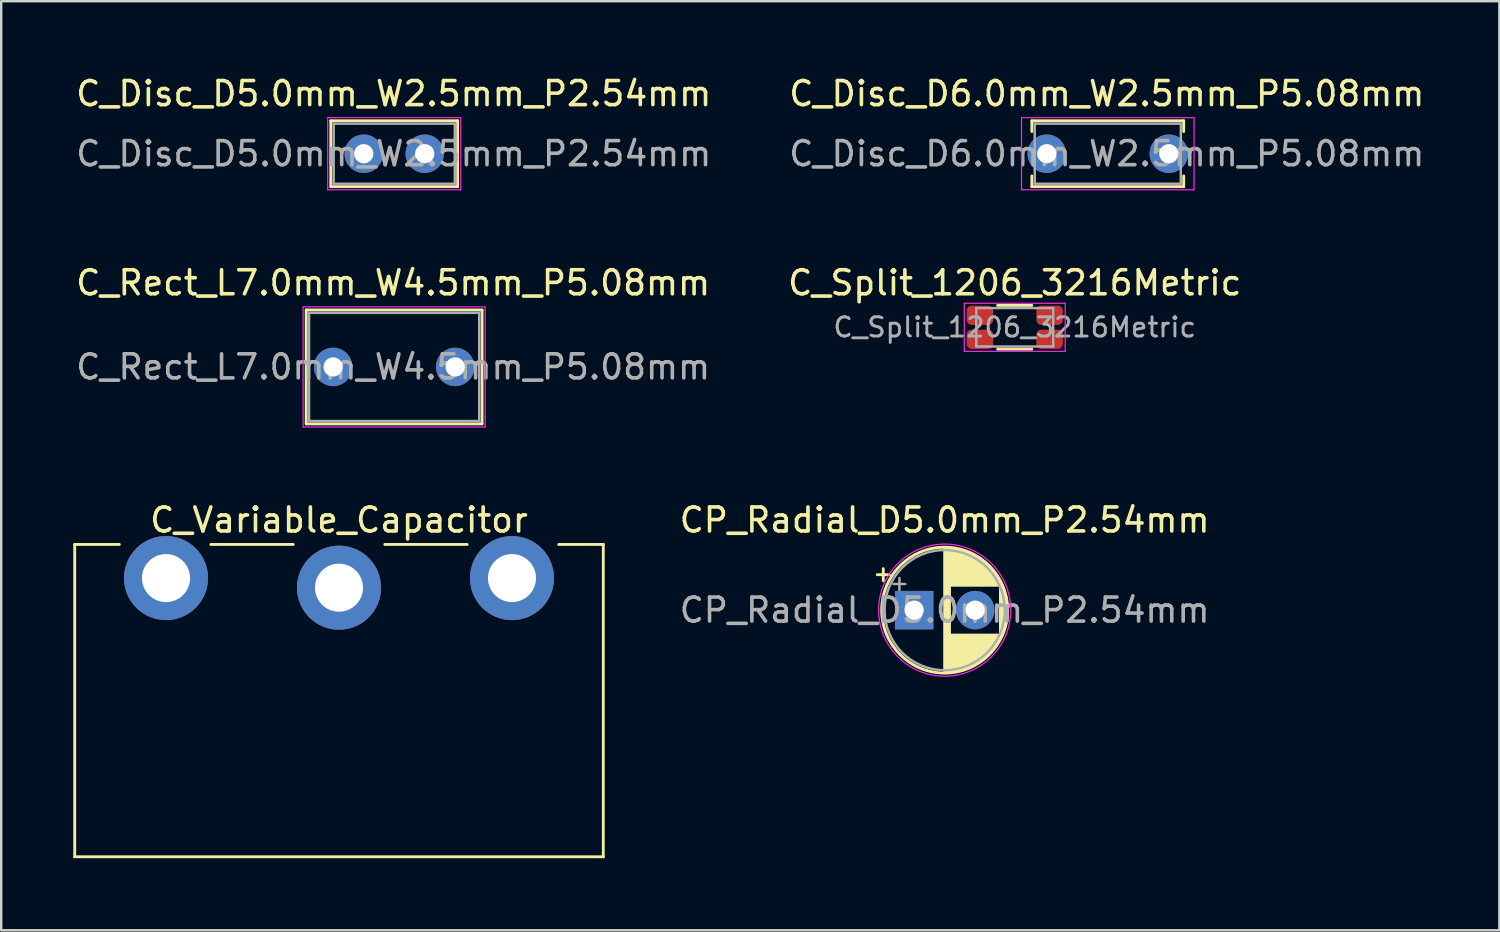
<source format=kicad_pcb>
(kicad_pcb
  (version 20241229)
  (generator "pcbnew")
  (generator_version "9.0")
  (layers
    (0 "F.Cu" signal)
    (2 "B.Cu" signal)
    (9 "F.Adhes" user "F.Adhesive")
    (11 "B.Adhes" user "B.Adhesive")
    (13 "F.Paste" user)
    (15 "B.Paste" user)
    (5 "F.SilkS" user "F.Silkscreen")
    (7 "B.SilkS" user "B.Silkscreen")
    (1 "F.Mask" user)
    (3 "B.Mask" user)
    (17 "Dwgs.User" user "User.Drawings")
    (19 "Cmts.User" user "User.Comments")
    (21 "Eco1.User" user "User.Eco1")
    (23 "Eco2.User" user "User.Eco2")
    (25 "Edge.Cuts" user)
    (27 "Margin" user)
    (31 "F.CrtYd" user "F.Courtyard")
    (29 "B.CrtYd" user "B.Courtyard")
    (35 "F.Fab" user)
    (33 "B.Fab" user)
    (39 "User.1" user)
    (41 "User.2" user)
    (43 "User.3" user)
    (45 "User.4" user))
  (footprint "C_Rect_L7.0mm_W4.5mm_P5.08mm"
    (layer "F.Cu")
    (at 10.815 12.222)
    (property "Reference" "C_Rect_L7.0mm_W4.5mm_P5.08mm" (at 2.5 -3.5 0) (layer "F.SilkS") (effects (font (size 1 1) (thickness 0.15))))
    (attr through_hole)
    (fp_line (start -1.12 -2.37) (end -1.12 2.37) (stroke (width 0.12) (type solid)) (layer "F.SilkS"))
    (fp_line (start -1.12 -2.37) (end 6.2 -2.37) (stroke (width 0.12) (type solid)) (layer "F.SilkS"))
    (fp_line (start -1.12 2.37) (end 6.2 2.37) (stroke (width 0.12) (type solid)) (layer "F.SilkS"))
    (fp_line (start 6.2 -2.37) (end 6.2 2.37) (stroke (width 0.12) (type solid)) (layer "F.SilkS"))
    (fp_line (start -1.25 -2.5) (end -1.25 2.5) (stroke (width 0.05) (type solid)) (layer "F.CrtYd"))
    (fp_line (start -1.25 2.5) (end 6.33 2.5) (stroke (width 0.05) (type solid)) (layer "F.CrtYd"))
    (fp_line (start 6.33 -2.5) (end -1.25 -2.5) (stroke (width 0.05) (type solid)) (layer "F.CrtYd"))
    (fp_line (start 6.33 2.5) (end 6.33 -2.5) (stroke (width 0.05) (type solid)) (layer "F.CrtYd"))
    (fp_line (start -1 -2.25) (end -1 2.25) (stroke (width 0.1) (type solid)) (layer "F.Fab"))
    (fp_line (start -1 2.25) (end 6.08 2.25) (stroke (width 0.1) (type solid)) (layer "F.Fab"))
    (fp_line (start 6.08 -2.25) (end -1 -2.25) (stroke (width 0.1) (type solid)) (layer "F.Fab"))
    (fp_line (start 6.08 2.25) (end 6.08 -2.25) (stroke (width 0.1) (type solid)) (layer "F.Fab"))
    (fp_text user "${REFERENCE}" (at 2.5 0 0) (layer "F.Fab") (effects (font (size 1 1) (thickness 0.15))))
    (pad "1" thru_hole circle (at 0 0) (size 1.6 1.6) (drill 0.8) (layers "*.Cu" "*.Mask"))
    (pad "2" thru_hole circle (at 5.08 0) (size 1.6 1.6) (drill 0.8) (layers "*.Cu" "*.Mask")))
  (footprint "C_Disc_D6.0mm_W2.5mm_P5.08mm"
    (layer "F.Cu")
    (at 40.518 3.348)
    (property "Reference" "C_Disc_D6.0mm_W2.5mm_P5.08mm" (at 2.5 -2.5 0) (layer "F.SilkS") (effects (font (size 1 1) (thickness 0.15))))
    (attr through_hole)
    (fp_line (start -0.62 -1.37) (end -0.62 -0.925) (stroke (width 0.12) (type solid)) (layer "F.SilkS"))
    (fp_line (start -0.62 -1.37) (end 5.7 -1.37) (stroke (width 0.12) (type solid)) (layer "F.SilkS"))
    (fp_line (start -0.62 0.925) (end -0.62 1.37) (stroke (width 0.12) (type solid)) (layer "F.SilkS"))
    (fp_line (start -0.62 1.37) (end 5.7 1.37) (stroke (width 0.12) (type solid)) (layer "F.SilkS"))
    (fp_line (start 5.7 -1.37) (end 5.7 -0.925) (stroke (width 0.12) (type solid)) (layer "F.SilkS"))
    (fp_line (start 5.7 0.925) (end 5.7 1.37) (stroke (width 0.12) (type solid)) (layer "F.SilkS"))
    (fp_line (start -1.05 -1.5) (end -1.05 1.5) (stroke (width 0.05) (type solid)) (layer "F.CrtYd"))
    (fp_line (start -1.05 1.5) (end 6.13 1.5) (stroke (width 0.05) (type solid)) (layer "F.CrtYd"))
    (fp_line (start 6.13 -1.5) (end -1.05 -1.5) (stroke (width 0.05) (type solid)) (layer "F.CrtYd"))
    (fp_line (start 6.13 1.5) (end 6.13 -1.5) (stroke (width 0.05) (type solid)) (layer "F.CrtYd"))
    (fp_line (start -0.5 -1.25) (end -0.5 1.25) (stroke (width 0.1) (type solid)) (layer "F.Fab"))
    (fp_line (start -0.5 1.25) (end 5.58 1.25) (stroke (width 0.1) (type solid)) (layer "F.Fab"))
    (fp_line (start 5.58 -1.25) (end -0.5 -1.25) (stroke (width 0.1) (type solid)) (layer "F.Fab"))
    (fp_line (start 5.58 1.25) (end 5.58 -1.25) (stroke (width 0.1) (type solid)) (layer "F.Fab"))
    (fp_text user "${REFERENCE}" (at 2.5 0 0) (layer "F.Fab") (effects (font (size 1 1) (thickness 0.15))))
    (pad "1" thru_hole circle (at 0 0) (size 1.6 1.6) (drill 0.8) (layers "*.Cu" "*.Mask"))
    (pad "2" thru_hole circle (at 5.08 0) (size 1.6 1.6) (drill 0.8) (layers "*.Cu" "*.Mask")))
  (footprint "C_Variable_Capacitor"
    (layer "F.Cu")
    (at 11.06 19.611)
    (property "Reference" "C_Variable_Capacitor" (at 0 -1.016 0) (unlocked yes) (layer "F.SilkS") (effects (font (size 1 1) (thickness 0.15))))
    (attr through_hole)
    (fp_line (start -11 0) (end -11 13) (stroke (width 0.12) (type solid)) (layer "F.SilkS"))
    (fp_line (start -11 13) (end 11 13) (stroke (width 0.12) (type solid)) (layer "F.SilkS"))
    (fp_line (start -9.144 0) (end -11 0) (stroke (width 0.12) (type solid)) (layer "F.SilkS"))
    (fp_line (start -1.905 0) (end -5.334 0) (stroke (width 0.12) (type solid)) (layer "F.SilkS"))
    (fp_line (start 5.334 0) (end 1.905 0) (stroke (width 0.12) (type solid)) (layer "F.SilkS"))
    (fp_line (start 11 0) (end 9.144 0) (stroke (width 0.12) (type solid)) (layer "F.SilkS"))
    (fp_line (start 11 0) (end 11 13) (stroke (width 0.12) (type solid)) (layer "F.SilkS"))
    (pad "1" thru_hole circle (at 7.2 1.4) (size 3.5 3.5) (drill 2) (layers "*.Cu" "*.Mask"))
    (pad "2" thru_hole circle (at 0 1.8) (size 3.5 3.5) (drill 2) (layers "*.Cu" "*.Mask"))
    (pad "3" thru_hole circle (at -7.2 1.4) (size 3.5 3.5) (drill 2) (layers "*.Cu" "*.Mask")))
  (footprint "C_Disc_D5.0mm_W2.5mm_P2.54mm"
    (layer "F.Cu")
    (at 12.089 3.348)
    (property "Reference" "C_Disc_D5.0mm_W2.5mm_P2.54mm" (at 1.25 -2.5 0) (layer "F.SilkS") (effects (font (size 1 1) (thickness 0.15))))
    (attr through_hole)
    (fp_line (start -1.37 -1.37) (end -1.37 1.37) (stroke (width 0.12) (type solid)) (layer "F.SilkS"))
    (fp_line (start -1.37 -1.37) (end 3.91 -1.37) (stroke (width 0.12) (type solid)) (layer "F.SilkS"))
    (fp_line (start -1.37 1.37) (end 3.91 1.37) (stroke (width 0.12) (type solid)) (layer "F.SilkS"))
    (fp_line (start 3.91 -1.37) (end 3.91 1.37) (stroke (width 0.12) (type solid)) (layer "F.SilkS"))
    (fp_line (start -1.5 -1.5) (end -1.5 1.5) (stroke (width 0.05) (type solid)) (layer "F.CrtYd"))
    (fp_line (start -1.5 1.5) (end 4.04 1.5) (stroke (width 0.05) (type solid)) (layer "F.CrtYd"))
    (fp_line (start 4.04 -1.5) (end -1.5 -1.5) (stroke (width 0.05) (type solid)) (layer "F.CrtYd"))
    (fp_line (start 4.04 1.5) (end 4.04 -1.5) (stroke (width 0.05) (type solid)) (layer "F.CrtYd"))
    (fp_line (start -1.25 -1.25) (end -1.25 1.25) (stroke (width 0.1) (type solid)) (layer "F.Fab"))
    (fp_line (start -1.25 1.25) (end 3.79 1.25) (stroke (width 0.1) (type solid)) (layer "F.Fab"))
    (fp_line (start 3.79 -1.25) (end -1.25 -1.25) (stroke (width 0.1) (type solid)) (layer "F.Fab"))
    (fp_line (start 3.79 1.25) (end 3.79 -1.25) (stroke (width 0.1) (type solid)) (layer "F.Fab"))
    (fp_text user "${REFERENCE}" (at 1.25 0 0) (layer "F.Fab") (effects (font (size 1 1) (thickness 0.15))))
    (pad "1" thru_hole circle (at 0 0) (size 1.6 1.6) (drill 0.8) (layers "*.Cu" "*.Mask"))
    (pad "2" thru_hole circle (at 2.54 0) (size 1.6 1.6) (drill 0.8) (layers "*.Cu" "*.Mask")))
  (footprint "C_Split_1206_3216Metric"
    (layer "F.Cu")
    (at 39.185 10.572)
    (property "Reference" "C_Split_1206_3216Metric" (at 0 -1.85 0) (layer "F.SilkS") (effects (font (size 1 1) (thickness 0.15))))
    (attr smd)
    (fp_line (start -0.711 -0.91) (end 0.711 -0.91) (stroke (width 0.12) (type solid)) (layer "F.SilkS"))
    (fp_line (start -0.711 0.91) (end 0.711 0.91) (stroke (width 0.12) (type solid)) (layer "F.SilkS"))
    (fp_line (start -2.1 -1) (end -2.1 1) (stroke (width 0.05) (type solid)) (layer "F.CrtYd"))
    (fp_line (start 2.1 -1) (end -2.1 -1) (stroke (width 0.05) (type solid)) (layer "F.CrtYd"))
    (fp_line (start 2.1 -1) (end 2.1 1) (stroke (width 0.05) (type solid)) (layer "F.CrtYd"))
    (fp_line (start 2.1 1) (end -2.1 1) (stroke (width 0.05) (type solid)) (layer "F.CrtYd"))
    (fp_line (start -1.6 -0.8) (end 1.6 -0.8) (stroke (width 0.1) (type solid)) (layer "F.Fab"))
    (fp_line (start -1.6 0.8) (end -1.6 -0.8) (stroke (width 0.1) (type solid)) (layer "F.Fab"))
    (fp_line (start 1.6 -0.8) (end 1.6 0.8) (stroke (width 0.1) (type solid)) (layer "F.Fab"))
    (fp_line (start 1.6 0.8) (end -1.6 0.8) (stroke (width 0.1) (type solid)) (layer "F.Fab"))
    (fp_text user "${REFERENCE}" (at 0 0 0) (layer "F.Fab") (effects (font (size 0.8 0.8) (thickness 0.12))))
    (pad "1" smd roundrect (at -1.45 0.5) (size 1.1 0.8) (layers "F.Cu" "F.Mask" "F.Paste") (roundrect_rratio 0.25))
    (pad "2" smd roundrect (at -1.45 -0.5) (size 1.1 0.8) (layers "F.Cu" "F.Mask" "F.Paste") (roundrect_rratio 0.25))
    (pad "3" smd roundrect (at 1.45 0.5) (size 1.1 0.8) (layers "F.Cu" "F.Mask" "F.Paste") (roundrect_rratio 0.25))
    (pad "4" smd roundrect (at 1.45 -0.5) (size 1.1 0.8) (layers "F.Cu" "F.Mask" "F.Paste") (roundrect_rratio 0.25)))
  (footprint "CP_Radial_D5.0mm_P2.54mm"
    (layer "F.Cu")
    (at 34.999 22.345)
    (property "Reference" "CP_Radial_D5.0mm_P2.54mm" (at 1.27 -3.75 0) (layer "F.SilkS") (effects (font (size 1 1) (thickness 0.15))))
    (attr through_hole)
    (fp_line (start -1.535 -1.475) (end -1.035 -1.475) (stroke (width 0.12) (type solid)) (layer "F.SilkS"))
    (fp_line (start -1.285 -1.725) (end -1.285 -1.225) (stroke (width 0.12) (type solid)) (layer "F.SilkS"))
    (fp_line (start 1.27 -2.58) (end 1.27 2.58) (stroke (width 0.12) (type solid)) (layer "F.SilkS"))
    (fp_line (start 1.31 -2.58) (end 1.31 2.58) (stroke (width 0.12) (type solid)) (layer "F.SilkS"))
    (fp_line (start 1.35 -2.579) (end 1.35 2.579) (stroke (width 0.12) (type solid)) (layer "F.SilkS"))
    (fp_line (start 1.39 -2.578) (end 1.39 2.578) (stroke (width 0.12) (type solid)) (layer "F.SilkS"))
    (fp_line (start 1.43 -2.576) (end 1.43 2.576) (stroke (width 0.12) (type solid)) (layer "F.SilkS"))
    (fp_line (start 1.47 -2.573) (end 1.47 2.573) (stroke (width 0.12) (type solid)) (layer "F.SilkS"))
    (fp_line (start 1.51 -2.569) (end 1.51 -1.04) (stroke (width 0.12) (type solid)) (layer "F.SilkS"))
    (fp_line (start 1.51 1.04) (end 1.51 2.569) (stroke (width 0.12) (type solid)) (layer "F.SilkS"))
    (fp_line (start 1.55 -2.565) (end 1.55 -1.04) (stroke (width 0.12) (type solid)) (layer "F.SilkS"))
    (fp_line (start 1.55 1.04) (end 1.55 2.565) (stroke (width 0.12) (type solid)) (layer "F.SilkS"))
    (fp_line (start 1.59 -2.561) (end 1.59 -1.04) (stroke (width 0.12) (type solid)) (layer "F.SilkS"))
    (fp_line (start 1.59 1.04) (end 1.59 2.561) (stroke (width 0.12) (type solid)) (layer "F.SilkS"))
    (fp_line (start 1.63 -2.556) (end 1.63 -1.04) (stroke (width 0.12) (type solid)) (layer "F.SilkS"))
    (fp_line (start 1.63 1.04) (end 1.63 2.556) (stroke (width 0.12) (type solid)) (layer "F.SilkS"))
    (fp_line (start 1.67 -2.55) (end 1.67 -1.04) (stroke (width 0.12) (type solid)) (layer "F.SilkS"))
    (fp_line (start 1.67 1.04) (end 1.67 2.55) (stroke (width 0.12) (type solid)) (layer "F.SilkS"))
    (fp_line (start 1.71 -2.543) (end 1.71 -1.04) (stroke (width 0.12) (type solid)) (layer "F.SilkS"))
    (fp_line (start 1.71 1.04) (end 1.71 2.543) (stroke (width 0.12) (type solid)) (layer "F.SilkS"))
    (fp_line (start 1.75 -2.536) (end 1.75 -1.04) (stroke (width 0.12) (type solid)) (layer "F.SilkS"))
    (fp_line (start 1.75 1.04) (end 1.75 2.536) (stroke (width 0.12) (type solid)) (layer "F.SilkS"))
    (fp_line (start 1.79 -2.528) (end 1.79 -1.04) (stroke (width 0.12) (type solid)) (layer "F.SilkS"))
    (fp_line (start 1.79 1.04) (end 1.79 2.528) (stroke (width 0.12) (type solid)) (layer "F.SilkS"))
    (fp_line (start 1.83 -2.52) (end 1.83 -1.04) (stroke (width 0.12) (type solid)) (layer "F.SilkS"))
    (fp_line (start 1.83 1.04) (end 1.83 2.52) (stroke (width 0.12) (type solid)) (layer "F.SilkS"))
    (fp_line (start 1.87 -2.511) (end 1.87 -1.04) (stroke (width 0.12) (type solid)) (layer "F.SilkS"))
    (fp_line (start 1.87 1.04) (end 1.87 2.511) (stroke (width 0.12) (type solid)) (layer "F.SilkS"))
    (fp_line (start 1.91 -2.501) (end 1.91 -1.04) (stroke (width 0.12) (type solid)) (layer "F.SilkS"))
    (fp_line (start 1.91 1.04) (end 1.91 2.501) (stroke (width 0.12) (type solid)) (layer "F.SilkS"))
    (fp_line (start 1.95 -2.491) (end 1.95 -1.04) (stroke (width 0.12) (type solid)) (layer "F.SilkS"))
    (fp_line (start 1.95 1.04) (end 1.95 2.491) (stroke (width 0.12) (type solid)) (layer "F.SilkS"))
    (fp_line (start 1.991 -2.48) (end 1.991 -1.04) (stroke (width 0.12) (type solid)) (layer "F.SilkS"))
    (fp_line (start 1.991 1.04) (end 1.991 2.48) (stroke (width 0.12) (type solid)) (layer "F.SilkS"))
    (fp_line (start 2.031 -2.468) (end 2.031 -1.04) (stroke (width 0.12) (type solid)) (layer "F.SilkS"))
    (fp_line (start 2.031 1.04) (end 2.031 2.468) (stroke (width 0.12) (type solid)) (layer "F.SilkS"))
    (fp_line (start 2.071 -2.455) (end 2.071 -1.04) (stroke (width 0.12) (type solid)) (layer "F.SilkS"))
    (fp_line (start 2.071 1.04) (end 2.071 2.455) (stroke (width 0.12) (type solid)) (layer "F.SilkS"))
    (fp_line (start 2.111 -2.442) (end 2.111 -1.04) (stroke (width 0.12) (type solid)) (layer "F.SilkS"))
    (fp_line (start 2.111 1.04) (end 2.111 2.442) (stroke (width 0.12) (type solid)) (layer "F.SilkS"))
    (fp_line (start 2.151 -2.428) (end 2.151 -1.04) (stroke (width 0.12) (type solid)) (layer "F.SilkS"))
    (fp_line (start 2.151 1.04) (end 2.151 2.428) (stroke (width 0.12) (type solid)) (layer "F.SilkS"))
    (fp_line (start 2.191 -2.414) (end 2.191 -1.04) (stroke (width 0.12) (type solid)) (layer "F.SilkS"))
    (fp_line (start 2.191 1.04) (end 2.191 2.414) (stroke (width 0.12) (type solid)) (layer "F.SilkS"))
    (fp_line (start 2.231 -2.398) (end 2.231 -1.04) (stroke (width 0.12) (type solid)) (layer "F.SilkS"))
    (fp_line (start 2.231 1.04) (end 2.231 2.398) (stroke (width 0.12) (type solid)) (layer "F.SilkS"))
    (fp_line (start 2.271 -2.382) (end 2.271 -1.04) (stroke (width 0.12) (type solid)) (layer "F.SilkS"))
    (fp_line (start 2.271 1.04) (end 2.271 2.382) (stroke (width 0.12) (type solid)) (layer "F.SilkS"))
    (fp_line (start 2.311 -2.365) (end 2.311 -1.04) (stroke (width 0.12) (type solid)) (layer "F.SilkS"))
    (fp_line (start 2.311 1.04) (end 2.311 2.365) (stroke (width 0.12) (type solid)) (layer "F.SilkS"))
    (fp_line (start 2.351 -2.348) (end 2.351 -1.04) (stroke (width 0.12) (type solid)) (layer "F.SilkS"))
    (fp_line (start 2.351 1.04) (end 2.351 2.348) (stroke (width 0.12) (type solid)) (layer "F.SilkS"))
    (fp_line (start 2.391 -2.329) (end 2.391 -1.04) (stroke (width 0.12) (type solid)) (layer "F.SilkS"))
    (fp_line (start 2.391 1.04) (end 2.391 2.329) (stroke (width 0.12) (type solid)) (layer "F.SilkS"))
    (fp_line (start 2.431 -2.31) (end 2.431 -1.04) (stroke (width 0.12) (type solid)) (layer "F.SilkS"))
    (fp_line (start 2.431 1.04) (end 2.431 2.31) (stroke (width 0.12) (type solid)) (layer "F.SilkS"))
    (fp_line (start 2.471 -2.29) (end 2.471 -1.04) (stroke (width 0.12) (type solid)) (layer "F.SilkS"))
    (fp_line (start 2.471 1.04) (end 2.471 2.29) (stroke (width 0.12) (type solid)) (layer "F.SilkS"))
    (fp_line (start 2.511 -2.268) (end 2.511 -1.04) (stroke (width 0.12) (type solid)) (layer "F.SilkS"))
    (fp_line (start 2.511 1.04) (end 2.511 2.268) (stroke (width 0.12) (type solid)) (layer "F.SilkS"))
    (fp_line (start 2.551 -2.247) (end 2.551 -1.04) (stroke (width 0.12) (type solid)) (layer "F.SilkS"))
    (fp_line (start 2.551 1.04) (end 2.551 2.247) (stroke (width 0.12) (type solid)) (layer "F.SilkS"))
    (fp_line (start 2.591 -2.224) (end 2.591 -1.04) (stroke (width 0.12) (type solid)) (layer "F.SilkS"))
    (fp_line (start 2.591 1.04) (end 2.591 2.224) (stroke (width 0.12) (type solid)) (layer "F.SilkS"))
    (fp_line (start 2.631 -2.2) (end 2.631 -1.04) (stroke (width 0.12) (type solid)) (layer "F.SilkS"))
    (fp_line (start 2.631 1.04) (end 2.631 2.2) (stroke (width 0.12) (type solid)) (layer "F.SilkS"))
    (fp_line (start 2.671 -2.175) (end 2.671 -1.04) (stroke (width 0.12) (type solid)) (layer "F.SilkS"))
    (fp_line (start 2.671 1.04) (end 2.671 2.175) (stroke (width 0.12) (type solid)) (layer "F.SilkS"))
    (fp_line (start 2.711 -2.149) (end 2.711 -1.04) (stroke (width 0.12) (type solid)) (layer "F.SilkS"))
    (fp_line (start 2.711 1.04) (end 2.711 2.149) (stroke (width 0.12) (type solid)) (layer "F.SilkS"))
    (fp_line (start 2.751 -2.122) (end 2.751 -1.04) (stroke (width 0.12) (type solid)) (layer "F.SilkS"))
    (fp_line (start 2.751 1.04) (end 2.751 2.122) (stroke (width 0.12) (type solid)) (layer "F.SilkS"))
    (fp_line (start 2.791 -2.095) (end 2.791 -1.04) (stroke (width 0.12) (type solid)) (layer "F.SilkS"))
    (fp_line (start 2.791 1.04) (end 2.791 2.095) (stroke (width 0.12) (type solid)) (layer "F.SilkS"))
    (fp_line (start 2.831 -2.065) (end 2.831 -1.04) (stroke (width 0.12) (type solid)) (layer "F.SilkS"))
    (fp_line (start 2.831 1.04) (end 2.831 2.065) (stroke (width 0.12) (type solid)) (layer "F.SilkS"))
    (fp_line (start 2.871 -2.035) (end 2.871 -1.04) (stroke (width 0.12) (type solid)) (layer "F.SilkS"))
    (fp_line (start 2.871 1.04) (end 2.871 2.035) (stroke (width 0.12) (type solid)) (layer "F.SilkS"))
    (fp_line (start 2.911 -2.004) (end 2.911 -1.04) (stroke (width 0.12) (type solid)) (layer "F.SilkS"))
    (fp_line (start 2.911 1.04) (end 2.911 2.004) (stroke (width 0.12) (type solid)) (layer "F.SilkS"))
    (fp_line (start 2.951 -1.971) (end 2.951 -1.04) (stroke (width 0.12) (type solid)) (layer "F.SilkS"))
    (fp_line (start 2.951 1.04) (end 2.951 1.971) (stroke (width 0.12) (type solid)) (layer "F.SilkS"))
    (fp_line (start 2.991 -1.937) (end 2.991 -1.04) (stroke (width 0.12) (type solid)) (layer "F.SilkS"))
    (fp_line (start 2.991 1.04) (end 2.991 1.937) (stroke (width 0.12) (type solid)) (layer "F.SilkS"))
    (fp_line (start 3.031 -1.901) (end 3.031 -1.04) (stroke (width 0.12) (type solid)) (layer "F.SilkS"))
    (fp_line (start 3.031 1.04) (end 3.031 1.901) (stroke (width 0.12) (type solid)) (layer "F.SilkS"))
    (fp_line (start 3.071 -1.864) (end 3.071 -1.04) (stroke (width 0.12) (type solid)) (layer "F.SilkS"))
    (fp_line (start 3.071 1.04) (end 3.071 1.864) (stroke (width 0.12) (type solid)) (layer "F.SilkS"))
    (fp_line (start 3.111 -1.826) (end 3.111 -1.04) (stroke (width 0.12) (type solid)) (layer "F.SilkS"))
    (fp_line (start 3.111 1.04) (end 3.111 1.826) (stroke (width 0.12) (type solid)) (layer "F.SilkS"))
    (fp_line (start 3.151 -1.785) (end 3.151 -1.04) (stroke (width 0.12) (type solid)) (layer "F.SilkS"))
    (fp_line (start 3.151 1.04) (end 3.151 1.785) (stroke (width 0.12) (type solid)) (layer "F.SilkS"))
    (fp_line (start 3.191 -1.743) (end 3.191 -1.04) (stroke (width 0.12) (type solid)) (layer "F.SilkS"))
    (fp_line (start 3.191 1.04) (end 3.191 1.743) (stroke (width 0.12) (type solid)) (layer "F.SilkS"))
    (fp_line (start 3.231 -1.699) (end 3.231 -1.04) (stroke (width 0.12) (type solid)) (layer "F.SilkS"))
    (fp_line (start 3.231 1.04) (end 3.231 1.699) (stroke (width 0.12) (type solid)) (layer "F.SilkS"))
    (fp_line (start 3.271 -1.653) (end 3.271 -1.04) (stroke (width 0.12) (type solid)) (layer "F.SilkS"))
    (fp_line (start 3.271 1.04) (end 3.271 1.653) (stroke (width 0.12) (type solid)) (layer "F.SilkS"))
    (fp_line (start 3.311 -1.605) (end 3.311 -1.04) (stroke (width 0.12) (type solid)) (layer "F.SilkS"))
    (fp_line (start 3.311 1.04) (end 3.311 1.605) (stroke (width 0.12) (type solid)) (layer "F.SilkS"))
    (fp_line (start 3.351 -1.554) (end 3.351 -1.04) (stroke (width 0.12) (type solid)) (layer "F.SilkS"))
    (fp_line (start 3.351 1.04) (end 3.351 1.554) (stroke (width 0.12) (type solid)) (layer "F.SilkS"))
    (fp_line (start 3.391 -1.5) (end 3.391 -1.04) (stroke (width 0.12) (type solid)) (layer "F.SilkS"))
    (fp_line (start 3.391 1.04) (end 3.391 1.5) (stroke (width 0.12) (type solid)) (layer "F.SilkS"))
    (fp_line (start 3.431 -1.443) (end 3.431 -1.04) (stroke (width 0.12) (type solid)) (layer "F.SilkS"))
    (fp_line (start 3.431 1.04) (end 3.431 1.443) (stroke (width 0.12) (type solid)) (layer "F.SilkS"))
    (fp_line (start 3.471 -1.383) (end 3.471 -1.04) (stroke (width 0.12) (type solid)) (layer "F.SilkS"))
    (fp_line (start 3.471 1.04) (end 3.471 1.383) (stroke (width 0.12) (type solid)) (layer "F.SilkS"))
    (fp_line (start 3.511 -1.319) (end 3.511 -1.04) (stroke (width 0.12) (type solid)) (layer "F.SilkS"))
    (fp_line (start 3.511 1.04) (end 3.511 1.319) (stroke (width 0.12) (type solid)) (layer "F.SilkS"))
    (fp_line (start 3.551 -1.251) (end 3.551 -1.04) (stroke (width 0.12) (type solid)) (layer "F.SilkS"))
    (fp_line (start 3.551 1.04) (end 3.551 1.251) (stroke (width 0.12) (type solid)) (layer "F.SilkS"))
    (fp_line (start 3.591 -1.178) (end 3.591 1.178) (stroke (width 0.12) (type solid)) (layer "F.SilkS"))
    (fp_line (start 3.631 -1.098) (end 3.631 1.098) (stroke (width 0.12) (type solid)) (layer "F.SilkS"))
    (fp_line (start 3.671 -1.011) (end 3.671 1.011) (stroke (width 0.12) (type solid)) (layer "F.SilkS"))
    (fp_line (start 3.711 -0.915) (end 3.711 0.915) (stroke (width 0.12) (type solid)) (layer "F.SilkS"))
    (fp_line (start 3.751 -0.805) (end 3.751 0.805) (stroke (width 0.12) (type solid)) (layer "F.SilkS"))
    (fp_line (start 3.791 -0.677) (end 3.791 0.677) (stroke (width 0.12) (type solid)) (layer "F.SilkS"))
    (fp_line (start 3.831 -0.518) (end 3.831 0.518) (stroke (width 0.12) (type solid)) (layer "F.SilkS"))
    (fp_line (start 3.871 -0.284) (end 3.871 0.284) (stroke (width 0.12) (type solid)) (layer "F.SilkS"))
    (fp_circle (center 1.27 0) (end 3.89 0) (stroke (width 0.12) (type solid)) (fill no) (layer "F.SilkS"))
    (fp_circle (center 1.27 0) (end 4.02 0) (stroke (width 0.05) (type solid)) (fill no) (layer "F.CrtYd"))
    (fp_line (start -0.864 -1.087) (end -0.364 -1.087) (stroke (width 0.1) (type solid)) (layer "F.Fab"))
    (fp_line (start -0.614 -1.337) (end -0.614 -0.838) (stroke (width 0.1) (type solid)) (layer "F.Fab"))
    (fp_circle (center 1.27 0) (end 3.77 0) (stroke (width 0.1) (type solid)) (fill no) (layer "F.Fab"))
    (fp_text user "${REFERENCE}" (at 1.27 0 0) (layer "F.Fab") (effects (font (size 1 1) (thickness 0.15))))
    (pad "1" thru_hole rect (at 0 0) (size 1.6 1.6) (drill 0.8) (layers "*.Cu" "*.Mask"))
    (pad "2" thru_hole circle (at 2.54 0) (size 1.6 1.6) (drill 0.8) (layers "*.Cu" "*.Mask")))
  (gr_rect
    (start -3 -3)
    (end 59.357 35.671)
    (stroke (width 0.1) (type default))
    (fill no)
    (layer "Edge.Cuts")))
</source>
